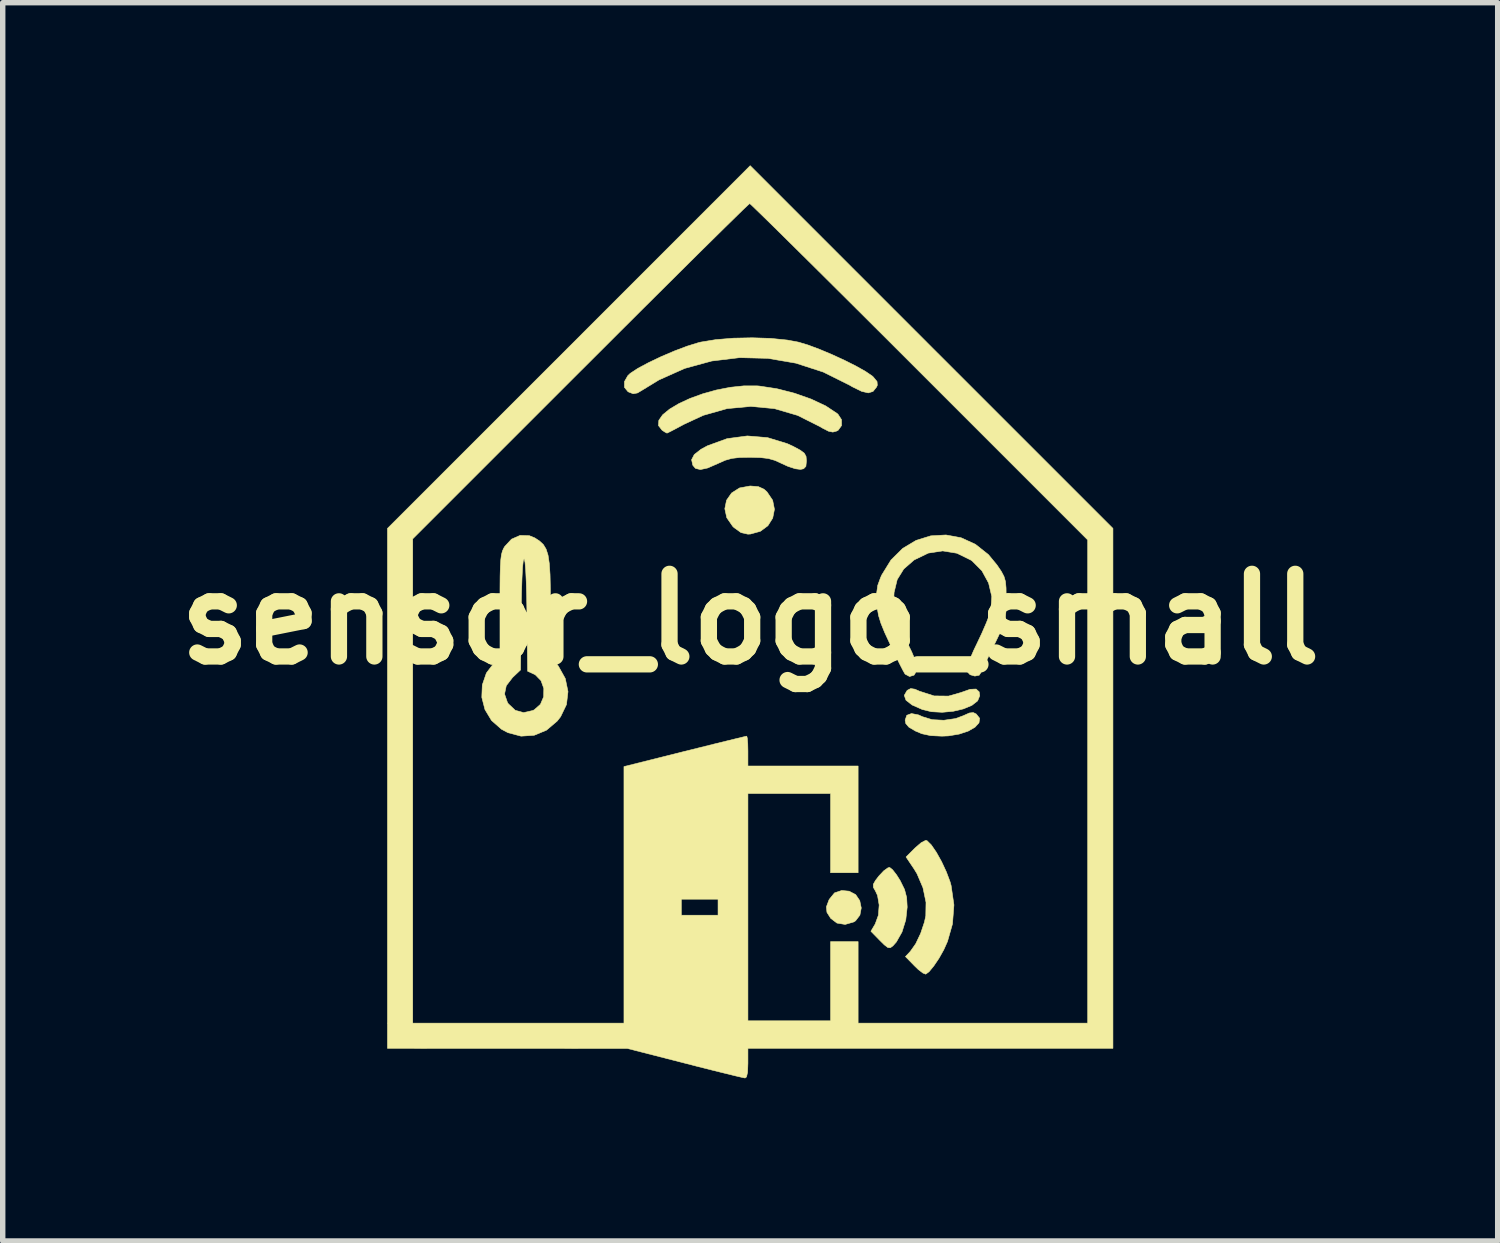
<source format=kicad_pcb>
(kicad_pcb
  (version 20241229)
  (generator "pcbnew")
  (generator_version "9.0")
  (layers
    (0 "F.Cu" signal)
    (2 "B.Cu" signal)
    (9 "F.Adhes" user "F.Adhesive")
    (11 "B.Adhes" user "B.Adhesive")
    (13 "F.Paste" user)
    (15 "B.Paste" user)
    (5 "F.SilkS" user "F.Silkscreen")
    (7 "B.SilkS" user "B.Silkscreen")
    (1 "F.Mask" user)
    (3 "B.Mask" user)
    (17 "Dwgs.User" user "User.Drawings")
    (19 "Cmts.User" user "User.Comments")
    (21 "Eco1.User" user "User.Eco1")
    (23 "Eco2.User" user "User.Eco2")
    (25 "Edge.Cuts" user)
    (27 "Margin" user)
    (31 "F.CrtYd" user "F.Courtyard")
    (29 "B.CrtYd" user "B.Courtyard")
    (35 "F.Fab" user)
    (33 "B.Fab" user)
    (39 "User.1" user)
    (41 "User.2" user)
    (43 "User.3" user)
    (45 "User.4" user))
  (footprint "sensor_logo_small"
    (layer "F.Cu")
    (at 10.784 8.366)
    (property "Reference" "sensor_logo_small" (at 0 0 0) (layer "F.SilkS") (effects (font (size 1.524 1.524) (thickness 0.3))))
    (attr through_hole)
    (fp_poly (pts (xy 1.825 5.018) (xy 1.945 5.081) (xy 2.02 5.192) (xy 2.048 5.327) (xy 2.023 5.459) (xy 1.943 5.564) (xy 1.91 5.585) (xy 1.751 5.631) (xy 1.6 5.606) (xy 1.485 5.519) (xy 1.415 5.408) (xy 1.405 5.307) (xy 1.452 5.181) (xy 1.46 5.166) (xy 1.555 5.049) (xy 1.688 5.005) (xy 1.825 5.018)) (stroke (width 0.01) (type solid)) (fill yes) (layer "F.SilkS"))
    (fp_poly (pts (xy 0.151 -2.442) (xy 0.254 -2.395) (xy 0.309 -2.346) (xy 0.414 -2.191) (xy 0.447 -2.024) (xy 0.415 -1.862) (xy 0.326 -1.721) (xy 0.186 -1.618) (xy 0.003 -1.568) (xy -0.044 -1.566) (xy -0.17 -1.595) (xy -0.299 -1.688) (xy -0.322 -1.71) (xy -0.432 -1.869) (xy -0.468 -2.035) (xy -0.436 -2.192) (xy -0.343 -2.325) (xy -0.197 -2.418) (xy -0.003 -2.454) (xy 0.005 -2.454) (xy 0.151 -2.442)) (stroke (width 0.01) (type solid)) (fill yes) (layer "F.SilkS"))
    (fp_poly (pts (xy 3.037 1.293) (xy 3.121 1.33) (xy 3.391 1.417) (xy 3.658 1.42) (xy 3.885 1.355) (xy 4.055 1.295) (xy 4.165 1.29) (xy 4.222 1.341) (xy 4.233 1.413) (xy 4.194 1.508) (xy 4.088 1.591) (xy 3.932 1.656) (xy 3.745 1.7) (xy 3.542 1.719) (xy 3.342 1.708) (xy 3.175 1.668) (xy 2.985 1.584) (xy 2.873 1.496) (xy 2.841 1.407) (xy 2.891 1.32) (xy 2.902 1.311) (xy 2.96 1.281) (xy 3.037 1.293)) (stroke (width 0.01) (type solid)) (fill yes) (layer "F.SilkS"))
    (fp_poly (pts (xy 4.169 1.751) (xy 4.231 1.83) (xy 4.219 1.913) (xy 4.145 1.994) (xy 4.02 2.066) (xy 3.853 2.121) (xy 3.656 2.154) (xy 3.535 2.159) (xy 3.327 2.149) (xy 3.165 2.114) (xy 3.046 2.064) (xy 2.926 1.993) (xy 2.869 1.926) (xy 2.857 1.863) (xy 2.888 1.774) (xy 2.974 1.742) (xy 3.103 1.767) (xy 3.176 1.8) (xy 3.355 1.855) (xy 3.571 1.866) (xy 3.786 1.835) (xy 3.927 1.783) (xy 4.041 1.732) (xy 4.114 1.724) (xy 4.169 1.751)) (stroke (width 0.01) (type solid)) (fill yes) (layer "F.SilkS"))
    (fp_poly (pts (xy 2.625 4.622) (xy 2.699 4.717) (xy 2.765 4.822) (xy 2.846 4.986) (xy 2.885 5.134) (xy 2.895 5.311) (xy 2.869 5.547) (xy 2.799 5.771) (xy 2.695 5.955) (xy 2.632 6.026) (xy 2.584 6.061) (xy 2.538 6.057) (xy 2.472 6.006) (xy 2.391 5.926) (xy 2.226 5.757) (xy 2.305 5.623) (xy 2.364 5.461) (xy 2.378 5.273) (xy 2.348 5.097) (xy 2.309 5.013) (xy 2.271 4.947) (xy 2.27 4.891) (xy 2.31 4.82) (xy 2.374 4.737) (xy 2.462 4.643) (xy 2.54 4.587) (xy 2.572 4.58) (xy 2.625 4.622)) (stroke (width 0.01) (type solid)) (fill yes) (layer "F.SilkS"))
    (fp_poly (pts (xy 0.32 -3.346) (xy 0.683 -3.235) (xy 0.79 -3.186) (xy 0.924 -3.114) (xy 0.998 -3.058) (xy 1.03 -3) (xy 1.037 -2.92) (xy 1.037 -2.917) (xy 1.027 -2.816) (xy 0.985 -2.772) (xy 0.928 -2.76) (xy 0.832 -2.772) (xy 0.697 -2.816) (xy 0.59 -2.865) (xy 0.457 -2.926) (xy 0.335 -2.961) (xy 0.191 -2.978) (xy 0 -2.983) (xy -0.195 -2.98) (xy -0.339 -2.963) (xy -0.463 -2.928) (xy -0.597 -2.868) (xy -0.785 -2.786) (xy -0.919 -2.757) (xy -1.009 -2.779) (xy -1.058 -2.836) (xy -1.081 -2.938) (xy -1.031 -3.034) (xy -0.906 -3.132) (xy -0.787 -3.196) (xy -0.427 -3.327) (xy -0.054 -3.377) (xy 0.32 -3.346)) (stroke (width 0.01) (type solid)) (fill yes) (layer "F.SilkS"))
    (fp_poly (pts (xy 3.259 4.085) (xy 3.339 4.164) (xy 3.433 4.301) (xy 3.53 4.475) (xy 3.618 4.664) (xy 3.686 4.845) (xy 3.705 4.914) (xy 3.757 5.272) (xy 3.73 5.622) (xy 3.638 5.945) (xy 3.57 6.097) (xy 3.482 6.254) (xy 3.386 6.396) (xy 3.299 6.502) (xy 3.237 6.548) (xy 3.186 6.528) (xy 3.099 6.462) (xy 3.028 6.393) (xy 2.863 6.224) (xy 2.953 6.128) (xy 3.052 5.988) (xy 3.143 5.797) (xy 3.213 5.588) (xy 3.238 5.473) (xy 3.242 5.223) (xy 3.186 4.954) (xy 3.076 4.696) (xy 3.021 4.606) (xy 2.874 4.387) (xy 3.041 4.22) (xy 3.152 4.124) (xy 3.233 4.082) (xy 3.259 4.085)) (stroke (width 0.01) (type solid)) (fill yes) (layer "F.SilkS"))
    (fp_poly (pts (xy 0.132 -4.3) (xy 0.169 -4.297) (xy 0.491 -4.248) (xy 0.816 -4.165) (xy 1.123 -4.057) (xy 1.392 -3.931) (xy 1.599 -3.794) (xy 1.619 -3.777) (xy 1.684 -3.677) (xy 1.685 -3.569) (xy 1.622 -3.482) (xy 1.594 -3.467) (xy 1.524 -3.448) (xy 1.445 -3.464) (xy 1.332 -3.522) (xy 1.287 -3.549) (xy 0.874 -3.756) (xy 0.447 -3.881) (xy 0.011 -3.922) (xy -0.427 -3.881) (xy -0.865 -3.757) (xy -1.215 -3.595) (xy -1.357 -3.519) (xy -1.468 -3.461) (xy -1.529 -3.431) (xy -1.535 -3.429) (xy -1.577 -3.451) (xy -1.626 -3.484) (xy -1.692 -3.569) (xy -1.685 -3.665) (xy -1.614 -3.767) (xy -1.487 -3.871) (xy -1.316 -3.973) (xy -1.109 -4.069) (xy -0.875 -4.154) (xy -0.625 -4.224) (xy -0.367 -4.274) (xy -0.112 -4.301) (xy 0.132 -4.3)) (stroke (width 0.01) (type solid)) (fill yes) (layer "F.SilkS"))
    (fp_poly (pts (xy 0.379 -5.176) (xy 0.686 -5.145) (xy 0.889 -5.107) (xy 1.063 -5.055) (xy 1.275 -4.976) (xy 1.506 -4.879) (xy 1.737 -4.773) (xy 1.95 -4.666) (xy 2.126 -4.567) (xy 2.247 -4.485) (xy 2.271 -4.463) (xy 2.339 -4.38) (xy 2.344 -4.312) (xy 2.33 -4.279) (xy 2.265 -4.198) (xy 2.178 -4.171) (xy 2.056 -4.199) (xy 1.887 -4.282) (xy 1.83 -4.315) (xy 1.348 -4.555) (xy 0.843 -4.719) (xy 0.326 -4.808) (xy -0.195 -4.821) (xy -0.709 -4.759) (xy -1.209 -4.622) (xy -1.683 -4.41) (xy -1.968 -4.236) (xy -2.078 -4.17) (xy -2.157 -4.155) (xy -2.239 -4.186) (xy -2.254 -4.194) (xy -2.319 -4.273) (xy -2.319 -4.379) (xy -2.257 -4.488) (xy -2.212 -4.531) (xy -2.072 -4.623) (xy -1.874 -4.729) (xy -1.641 -4.84) (xy -1.395 -4.945) (xy -1.159 -5.034) (xy -0.955 -5.097) (xy -0.91 -5.108) (xy -0.634 -5.153) (xy -0.309 -5.18) (xy 0.038 -5.187) (xy 0.379 -5.176)) (stroke (width 0.01) (type solid)) (fill yes) (layer "F.SilkS"))
    (fp_poly (pts (xy -4.073 -1.538) (xy -3.972 -1.497) (xy -3.884 -1.439) (xy -3.815 -1.375) (xy -3.764 -1.291) (xy -3.728 -1.179) (xy -3.705 -1.025) (xy -3.691 -0.82) (xy -3.685 -0.552) (xy -3.683 -0.223) (xy -3.683 0.677) (xy -3.539 0.865) (xy -3.41 1.096) (xy -3.36 1.337) (xy -3.388 1.576) (xy -3.496 1.8) (xy -3.558 1.88) (xy -3.757 2.049) (xy -3.984 2.143) (xy -4.225 2.159) (xy -4.467 2.095) (xy -4.587 2.031) (xy -4.77 1.87) (xy -4.891 1.669) (xy -4.949 1.444) (xy -4.947 1.382) (xy -4.53 1.382) (xy -4.477 1.536) (xy -4.462 1.56) (xy -4.333 1.682) (xy -4.179 1.725) (xy -4.008 1.686) (xy -3.982 1.673) (xy -3.868 1.572) (xy -3.809 1.433) (xy -3.806 1.279) (xy -3.857 1.136) (xy -3.962 1.028) (xy -3.998 1.01) (xy -4.105 0.961) (xy -4.116 -0.07) (xy -4.122 -0.41) (xy -4.13 -0.69) (xy -4.14 -0.903) (xy -4.152 -1.044) (xy -4.166 -1.108) (xy -4.17 -1.111) (xy -4.185 -1.073) (xy -4.198 -0.955) (xy -4.208 -0.758) (xy -4.217 -0.487) (xy -4.223 -0.146) (xy -4.224 -0.092) (xy -4.235 0.938) (xy -4.382 1.077) (xy -4.498 1.228) (xy -4.53 1.382) (xy -4.947 1.382) (xy -4.94 1.214) (xy -4.865 0.995) (xy -4.72 0.804) (xy -4.718 0.802) (xy -4.614 0.705) (xy -4.614 -0.246) (xy -4.614 -0.556) (xy -4.612 -0.793) (xy -4.607 -0.97) (xy -4.599 -1.097) (xy -4.587 -1.188) (xy -4.569 -1.255) (xy -4.545 -1.308) (xy -4.527 -1.338) (xy -4.401 -1.474) (xy -4.243 -1.543) (xy -4.073 -1.538)) (stroke (width 0.01) (type solid)) (fill yes) (layer "F.SilkS"))
    (fp_poly (pts (xy 3.888 -1.5) (xy 4.153 -1.379) (xy 4.393 -1.189) (xy 4.551 -0.997) (xy 4.631 -0.879) (xy 4.68 -0.786) (xy 4.707 -0.693) (xy 4.718 -0.574) (xy 4.72 -0.401) (xy 4.72 -0.361) (xy 4.718 -0.183) (xy 4.709 -0.051) (xy 4.684 0.063) (xy 4.638 0.185) (xy 4.563 0.344) (xy 4.521 0.431) (xy 4.433 0.611) (xy 4.355 0.774) (xy 4.298 0.898) (xy 4.277 0.949) (xy 4.223 1.035) (xy 4.144 1.051) (xy 4.142 1.051) (xy 4.055 1.026) (xy 4.009 0.977) (xy 4.003 0.893) (xy 4.041 0.764) (xy 4.121 0.578) (xy 4.182 0.451) (xy 4.274 0.256) (xy 4.354 0.071) (xy 4.413 -0.081) (xy 4.439 -0.165) (xy 4.455 -0.416) (xy 4.396 -0.665) (xy 4.273 -0.89) (xy 4.093 -1.071) (xy 4.067 -1.089) (xy 3.812 -1.214) (xy 3.549 -1.257) (xy 3.285 -1.217) (xy 3.03 -1.094) (xy 3.02 -1.088) (xy 2.831 -0.923) (xy 2.711 -0.729) (xy 2.653 -0.49) (xy 2.646 -0.339) (xy 2.649 -0.212) (xy 2.665 -0.102) (xy 2.698 0.011) (xy 2.757 0.151) (xy 2.849 0.339) (xy 2.873 0.389) (xy 2.978 0.604) (xy 3.043 0.759) (xy 3.074 0.868) (xy 3.075 0.943) (xy 3.074 0.949) (xy 3.021 1.034) (xy 2.939 1.059) (xy 2.858 1.016) (xy 2.85 1.005) (xy 2.818 0.948) (xy 2.758 0.831) (xy 2.679 0.671) (xy 2.589 0.484) (xy 2.582 0.468) (xy 2.479 0.246) (xy 2.41 0.076) (xy 2.367 -0.064) (xy 2.344 -0.195) (xy 2.335 -0.301) (xy 2.332 -0.482) (xy 2.352 -0.622) (xy 2.403 -0.762) (xy 2.425 -0.812) (xy 2.596 -1.089) (xy 2.812 -1.303) (xy 3.061 -1.452) (xy 3.33 -1.535) (xy 3.61 -1.551) (xy 3.888 -1.5)) (stroke (width 0.01) (type solid)) (fill yes) (layer "F.SilkS"))
    (fp_poly (pts (xy 3.344 -5.016) (xy 6.689 -1.672) (xy 6.689 7.916) (xy -0.042 7.916) (xy -0.042 8.191) (xy -0.048 8.355) (xy -0.068 8.443) (xy -0.095 8.463) (xy -0.149 8.452) (xy -0.274 8.423) (xy -0.457 8.378) (xy -0.688 8.321) (xy -0.954 8.254) (xy -1.206 8.189) (xy -2.265 7.918) (xy -4.477 7.917) (xy -6.689 7.916) (xy -6.689 -1.48) (xy -6.223 -1.48) (xy -6.223 7.451) (xy -2.328 7.451) (xy -2.328 5.165) (xy -1.27 5.165) (xy -1.27 5.461) (xy -0.593 5.461) (xy -0.593 5.165) (xy -1.27 5.165) (xy -2.328 5.165) (xy -2.328 2.72) (xy -1.207 2.439) (xy -0.912 2.366) (xy -0.644 2.299) (xy -0.415 2.243) (xy -0.235 2.199) (xy -0.114 2.17) (xy -0.065 2.159) (xy -0.064 2.159) (xy -0.053 2.198) (xy -0.045 2.299) (xy -0.042 2.434) (xy -0.042 2.709) (xy 1.99 2.709) (xy 1.99 4.678) (xy 1.482 4.678) (xy 1.482 3.217) (xy -0.042 3.217) (xy -0.042 7.408) (xy 1.482 7.408) (xy 1.482 5.948) (xy 1.99 5.948) (xy 1.99 7.451) (xy 6.223 7.451) (xy 6.223 -1.46) (xy 3.122 -4.561) (xy 2.696 -4.987) (xy 2.287 -5.395) (xy 1.899 -5.782) (xy 1.535 -6.144) (xy 1.2 -6.477) (xy 0.897 -6.777) (xy 0.631 -7.04) (xy 0.406 -7.262) (xy 0.225 -7.439) (xy 0.093 -7.567) (xy 0.014 -7.643) (xy -0.01 -7.662) (xy -0.043 -7.633) (xy -0.133 -7.548) (xy -0.274 -7.41) (xy -0.463 -7.225) (xy -0.696 -6.995) (xy -0.969 -6.726) (xy -1.277 -6.42) (xy -1.618 -6.081) (xy -1.986 -5.715) (xy -2.378 -5.324) (xy -2.79 -4.912) (xy -3.132 -4.571) (xy -6.223 -1.48) (xy -6.689 -1.48) (xy -6.689 -1.672) (xy -3.344 -5.016) (xy 0 -8.361) (xy 3.344 -5.016)) (stroke (width 0.01) (type solid)) (fill yes) (layer "F.SilkS")))
  (gr_rect
    (start -3 -3)
    (end 24.568 19.834)
    (stroke (width 0.1) (type default))
    (fill no)
    (layer "Edge.Cuts")))
</source>
